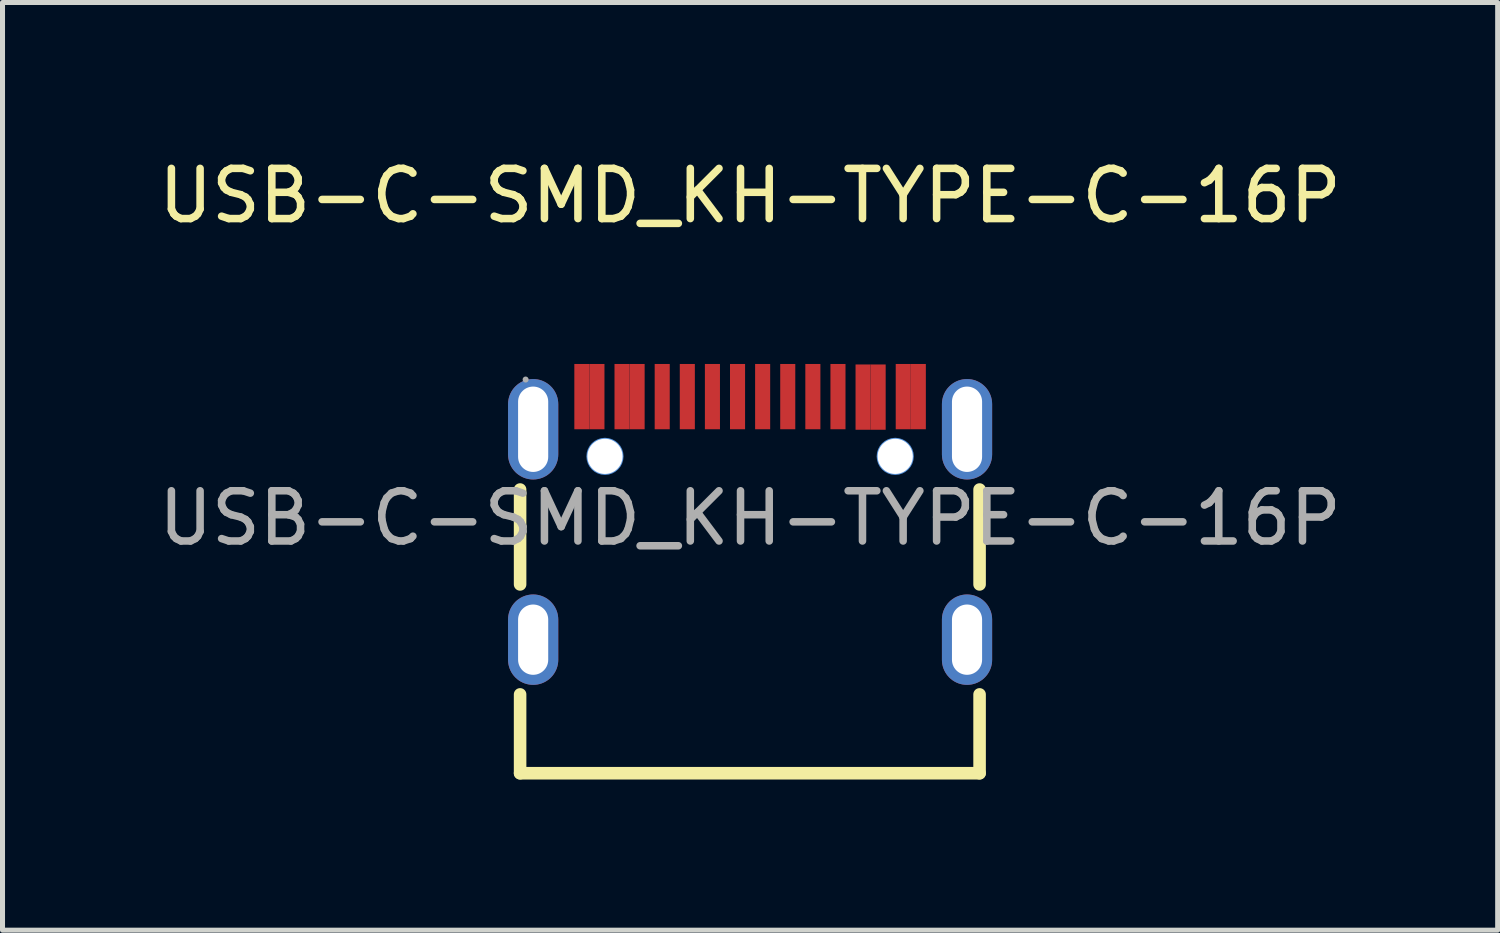
<source format=kicad_pcb>
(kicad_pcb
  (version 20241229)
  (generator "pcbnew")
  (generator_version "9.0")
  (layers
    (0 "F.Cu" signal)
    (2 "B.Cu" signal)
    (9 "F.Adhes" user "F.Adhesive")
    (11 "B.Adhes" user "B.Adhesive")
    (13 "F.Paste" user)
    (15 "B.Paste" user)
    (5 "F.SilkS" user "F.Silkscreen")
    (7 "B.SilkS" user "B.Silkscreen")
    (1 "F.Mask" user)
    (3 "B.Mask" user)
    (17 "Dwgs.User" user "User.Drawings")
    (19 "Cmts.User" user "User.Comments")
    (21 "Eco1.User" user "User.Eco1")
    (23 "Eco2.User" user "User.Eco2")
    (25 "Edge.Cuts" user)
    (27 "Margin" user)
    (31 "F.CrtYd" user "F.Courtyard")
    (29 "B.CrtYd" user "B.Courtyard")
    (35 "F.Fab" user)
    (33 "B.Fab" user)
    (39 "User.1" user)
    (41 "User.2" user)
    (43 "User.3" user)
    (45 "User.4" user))
  (footprint "USB-C-SMD_KH-TYPE-C-16P"
    (layer "F.Cu")
    (at 11.887 7.268)
    (property "Reference" "USB-C-SMD_KH-TYPE-C-16P" (at 0 -6.42 0) (layer "F.SilkS") (effects (font (size 1 1) (thickness 0.15))))
    (attr smd)
    (fp_line (start -4.58 -0.57) (end -4.58 1.32) (stroke (width 0.25) (type solid)) (layer "F.SilkS"))
    (fp_line (start -4.58 3.51) (end -4.58 5.08) (stroke (width 0.25) (type solid)) (layer "F.SilkS"))
    (fp_line (start -4.58 5.08) (end 4.57 5.08) (stroke (width 0.25) (type solid)) (layer "F.SilkS"))
    (fp_line (start 4.57 1.32) (end 4.57 -0.57) (stroke (width 0.25) (type solid)) (layer "F.SilkS"))
    (fp_line (start 4.57 5.08) (end 4.57 3.51) (stroke (width 0.25) (type solid)) (layer "F.SilkS"))
    (fp_circle (center -2.89 -1.23) (end -2.77 -1.23) (stroke (width 0.25) (type solid)) (fill no) (layer "Cmts.User"))
    (fp_circle (center 2.89 -1.23) (end 3.01 -1.23) (stroke (width 0.25) (type solid)) (fill no) (layer "Cmts.User"))
    (fp_circle (center -4.47 -2.76) (end -4.44 -2.76) (stroke (width 0.06) (type solid)) (fill no) (layer "F.Fab"))
    (fp_text user "${REFERENCE}" (at 0 0 0) (layer "F.Fab") (effects (font (size 1 1) (thickness 0.15))))
    (pad "" thru_hole circle (at -2.89 -1.23) (size 0.7 0.7) (drill 0.7) (layers "*.Cu" "*.Mask"))
    (pad "" thru_hole circle (at 2.89 -1.23) (size 0.7 0.7) (drill 0.7) (layers "*.Cu" "*.Mask"))
    (pad "1" thru_hole oval (at -4.32 -1.77) (size 1 2) (drill oval 0.6 1.7) (layers "*.Cu" "*.Mask"))
    (pad "2" thru_hole oval (at 4.32 -1.77) (size 1 2) (drill oval 0.6 1.7) (layers "*.Cu" "*.Mask"))
    (pad "3" thru_hole oval (at -4.32 2.42) (size 1 1.8) (drill oval 0.6 1.4) (layers "*.Cu" "*.Mask"))
    (pad "4" thru_hole oval (at 4.32 2.42) (size 1 1.8) (drill oval 0.6 1.4) (layers "*.Cu" "*.Mask"))
    (pad "A1" smd rect (at -3.35 -2.42) (size 0.3 1.3) (layers "F.Cu" "F.Mask" "F.Paste"))
    (pad "A4" smd rect (at -2.55 -2.42) (size 0.3 1.3) (layers "F.Cu" "F.Mask" "F.Paste"))
    (pad "A5" smd rect (at -1.25 -2.42) (size 0.3 1.3) (layers "F.Cu" "F.Mask" "F.Paste"))
    (pad "A6" smd rect (at -0.25 -2.42) (size 0.3 1.3) (layers "F.Cu" "F.Mask" "F.Paste"))
    (pad "A7" smd rect (at 0.25 -2.42) (size 0.3 1.3) (layers "F.Cu" "F.Mask" "F.Paste"))
    (pad "A8" smd rect (at 1.25 -2.42) (size 0.3 1.3) (layers "F.Cu" "F.Mask" "F.Paste"))
    (pad "A9" smd rect (at 2.55 -2.41) (size 0.3 1.3) (layers "F.Cu" "F.Mask" "F.Paste"))
    (pad "A12" smd rect (at 3.35 -2.42) (size 0.3 1.3) (layers "F.Cu" "F.Mask" "F.Paste"))
    (pad "B1" smd rect (at 3.05 -2.42) (size 0.3 1.3) (layers "F.Cu" "F.Mask" "F.Paste"))
    (pad "B4" smd rect (at 2.25 -2.41) (size 0.3 1.3) (layers "F.Cu" "F.Mask" "F.Paste"))
    (pad "B5" smd rect (at 1.75 -2.42) (size 0.3 1.3) (layers "F.Cu" "F.Mask" "F.Paste"))
    (pad "B6" smd rect (at 0.75 -2.42) (size 0.3 1.3) (layers "F.Cu" "F.Mask" "F.Paste"))
    (pad "B7" smd rect (at -0.75 -2.42) (size 0.3 1.3) (layers "F.Cu" "F.Mask" "F.Paste"))
    (pad "B8" smd rect (at -1.75 -2.42) (size 0.3 1.3) (layers "F.Cu" "F.Mask" "F.Paste"))
    (pad "B9" smd rect (at -2.25 -2.42) (size 0.3 1.3) (layers "F.Cu" "F.Mask" "F.Paste"))
    (pad "B12" smd rect (at -3.05 -2.42) (size 0.3 1.3) (layers "F.Cu" "F.Mask" "F.Paste")))
  (gr_rect
    (start -3 -3)
    (end 26.774 15.473)
    (stroke (width 0.1) (type default))
    (fill no)
    (layer "Edge.Cuts")))
</source>
